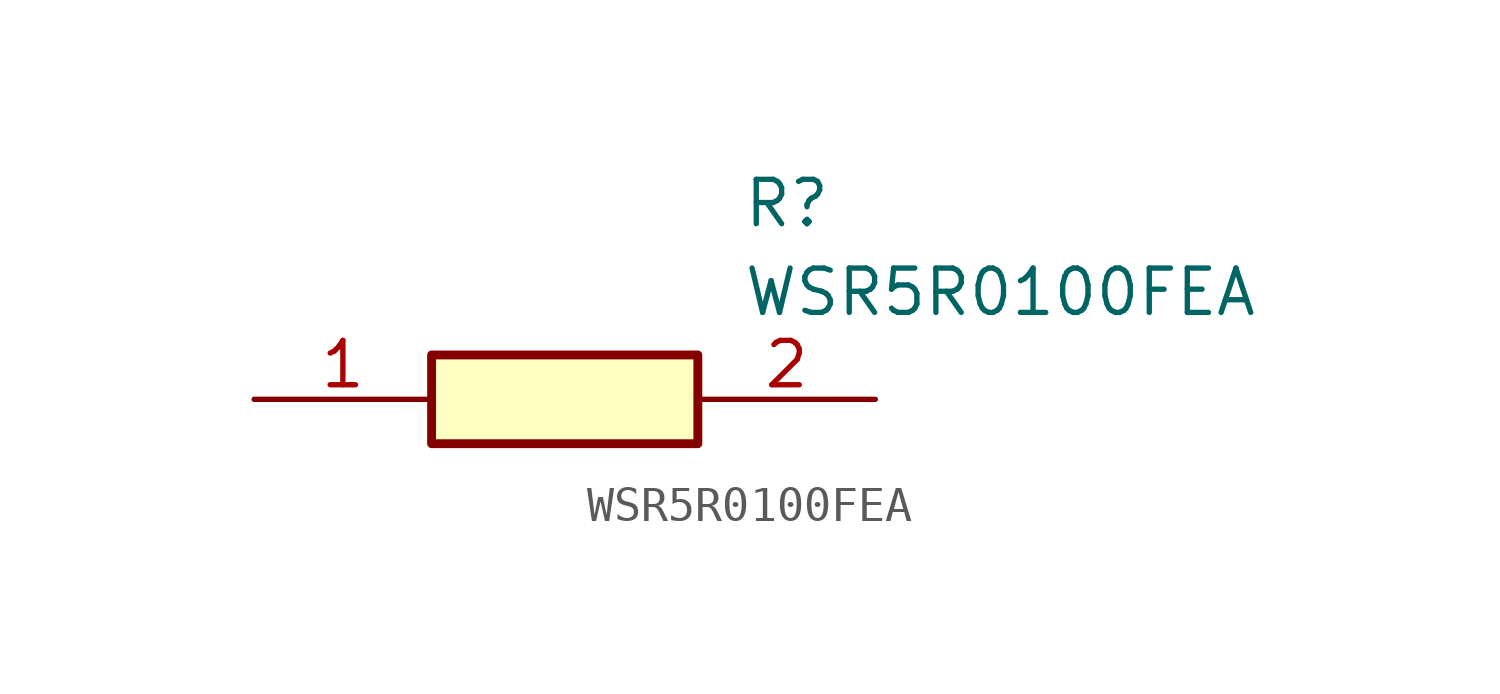
<source format=kicad_sym>
(kicad_symbol_lib
  (version 20211014)
  (generator SamacSys_ECAD_Model)
  (symbol "WSR5R0100FEA"
    (pin_names hide)
    (property "Reference" "R"
      (at 13.97 6.35 0)
      (effects (font (size 1.27 1.27)) (justify left top)))
    (property "Value" "WSR5R0100FEA"
      (at 13.97 3.81 0)
      (effects (font (size 1.27 1.27)) (justify left top)))
    (rectangle
      (start 5.08 1.27)
      (end 12.7 -1.27)
      (stroke (width 0.254) (type default))
      (fill (type background)))
    (pin passive line
      (at 0 0 0)
      (length 5.08)
      (name "1" (effects (font (size 1.27 1.27))))
      (number "1" (effects (font (size 1.27 1.27)))))
    (pin passive line
      (at 17.78 0 180)
      (length 5.08)
      (name "2" (effects (font (size 1.27 1.27))))
      (number "2" (effects (font (size 1.27 1.27)))))))
</source>
